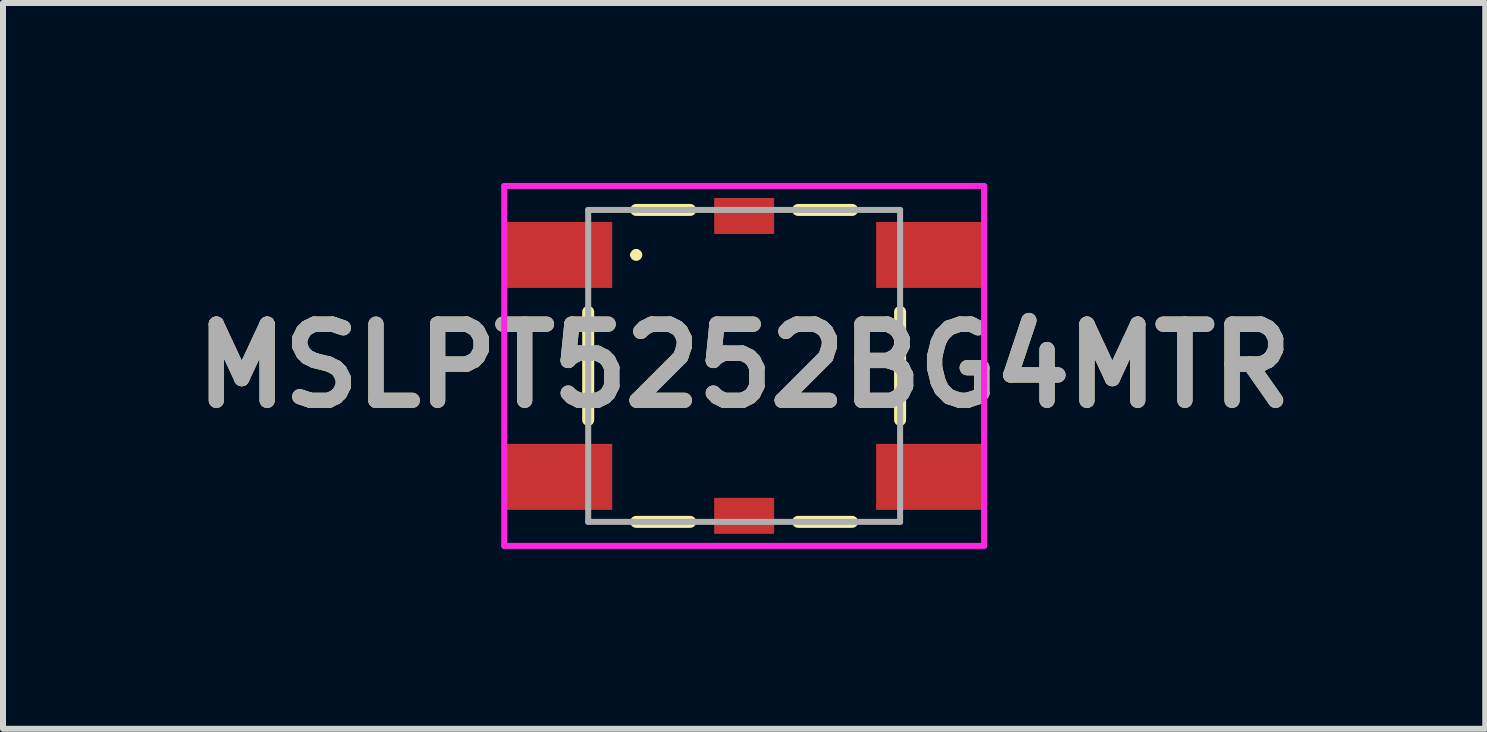
<source format=kicad_pcb>
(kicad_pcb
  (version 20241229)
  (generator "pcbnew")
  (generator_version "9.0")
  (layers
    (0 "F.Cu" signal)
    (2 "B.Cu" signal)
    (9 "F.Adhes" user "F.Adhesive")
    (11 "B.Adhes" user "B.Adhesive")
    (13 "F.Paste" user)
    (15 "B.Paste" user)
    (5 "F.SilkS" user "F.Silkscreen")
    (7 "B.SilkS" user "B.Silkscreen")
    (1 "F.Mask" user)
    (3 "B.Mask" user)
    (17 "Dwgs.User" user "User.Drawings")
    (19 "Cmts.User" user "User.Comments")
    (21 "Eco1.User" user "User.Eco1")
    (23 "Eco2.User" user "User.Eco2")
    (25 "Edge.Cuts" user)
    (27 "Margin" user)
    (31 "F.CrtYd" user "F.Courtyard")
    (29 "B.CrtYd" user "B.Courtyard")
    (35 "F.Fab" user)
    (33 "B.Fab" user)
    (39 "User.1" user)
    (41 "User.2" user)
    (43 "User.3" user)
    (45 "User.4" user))
  (footprint "MSLPT5252BG4MTR"
    (layer "F.Cu")
    (at 9.356 3.05)
    (property "Reference" "MSLPT5252BG4MTR" (at 0 0 180) (layer "F.SilkS") (effects (font (size 1.27 1.27) (thickness 0.254))))
    (attr smd)
    (fp_line (start -2.6 0.9) (end -2.6 -0.9) (stroke (width 0.2) (type solid)) (layer "F.SilkS"))
    (fp_line (start -1.85 -1.85) (end -1.85 -1.85) (stroke (width 0.1) (type solid)) (layer "F.SilkS"))
    (fp_line (start -1.8 -2.6) (end -0.9 -2.6) (stroke (width 0.2) (type solid)) (layer "F.SilkS"))
    (fp_line (start -1.8 -1.9) (end -1.75 -1.85) (stroke (width 0.1) (type solid)) (layer "F.SilkS"))
    (fp_line (start -1.8 2.6) (end -0.9 2.6) (stroke (width 0.2) (type solid)) (layer "F.SilkS"))
    (fp_line (start 0.9 -2.6) (end 1.8 -2.6) (stroke (width 0.2) (type solid)) (layer "F.SilkS"))
    (fp_line (start 0.9 2.6) (end 1.8 2.6) (stroke (width 0.2) (type solid)) (layer "F.SilkS"))
    (fp_line (start 2.6 0.9) (end 2.6 -0.9) (stroke (width 0.2) (type solid)) (layer "F.SilkS"))
    (fp_arc (start -1.85 -1.85) (mid -1.8 -1.9) (end -1.75 -1.85) (stroke (width 0.1) (type solid)) (layer "F.SilkS"))
    (fp_arc (start -1.75 -1.85) (mid -1.8 -1.8) (end -1.85 -1.85) (stroke (width 0.1) (type solid)) (layer "F.SilkS"))
    (fp_line (start -4 -3) (end 4 -3) (stroke (width 0.1) (type solid)) (layer "F.CrtYd"))
    (fp_line (start -4 3) (end -4 -3) (stroke (width 0.1) (type solid)) (layer "F.CrtYd"))
    (fp_line (start 4 -3) (end 4 3) (stroke (width 0.1) (type solid)) (layer "F.CrtYd"))
    (fp_line (start 4 3) (end -4 3) (stroke (width 0.1) (type solid)) (layer "F.CrtYd"))
    (fp_line (start -2.6 -2.6) (end 2.6 -2.6) (stroke (width 0.1) (type solid)) (layer "F.Fab"))
    (fp_line (start -2.6 2.6) (end -2.6 -2.6) (stroke (width 0.1) (type solid)) (layer "F.Fab"))
    (fp_line (start 2.6 -2.6) (end 2.6 2.6) (stroke (width 0.1) (type solid)) (layer "F.Fab"))
    (fp_line (start 2.6 2.6) (end -2.6 2.6) (stroke (width 0.1) (type solid)) (layer "F.Fab"))
    (fp_text user "${REFERENCE}" (at 0 0 0) (layer "F.Fab") (effects (font (size 1.27 1.27) (thickness 0.254))))
    (pad "T1" smd rect (at -3.1 -1.85 90) (size 1.1 1.8) (layers "F.Cu" "F.Mask" "F.Paste"))
    (pad "T2" smd rect (at 3.1 -1.85 90) (size 1.1 1.8) (layers "F.Cu" "F.Mask" "F.Paste"))
    (pad "T3" smd rect (at -3.1 1.85 90) (size 1.1 1.8) (layers "F.Cu" "F.Mask" "F.Paste"))
    (pad "T4" smd rect (at 3.1 1.85 90) (size 1.1 1.8) (layers "F.Cu" "F.Mask" "F.Paste"))
    (pad "T5" smd rect (at 0 -2.5 90) (size 0.6 1) (layers "F.Cu" "F.Mask" "F.Paste"))
    (pad "T6" smd rect (at 0 2.5 90) (size 0.6 1) (layers "F.Cu" "F.Mask" "F.Paste")))
  (gr_rect
    (start -3 -3)
    (end 21.711 9.1)
    (stroke (width 0.1) (type default))
    (fill no)
    (layer "Edge.Cuts")))
</source>
